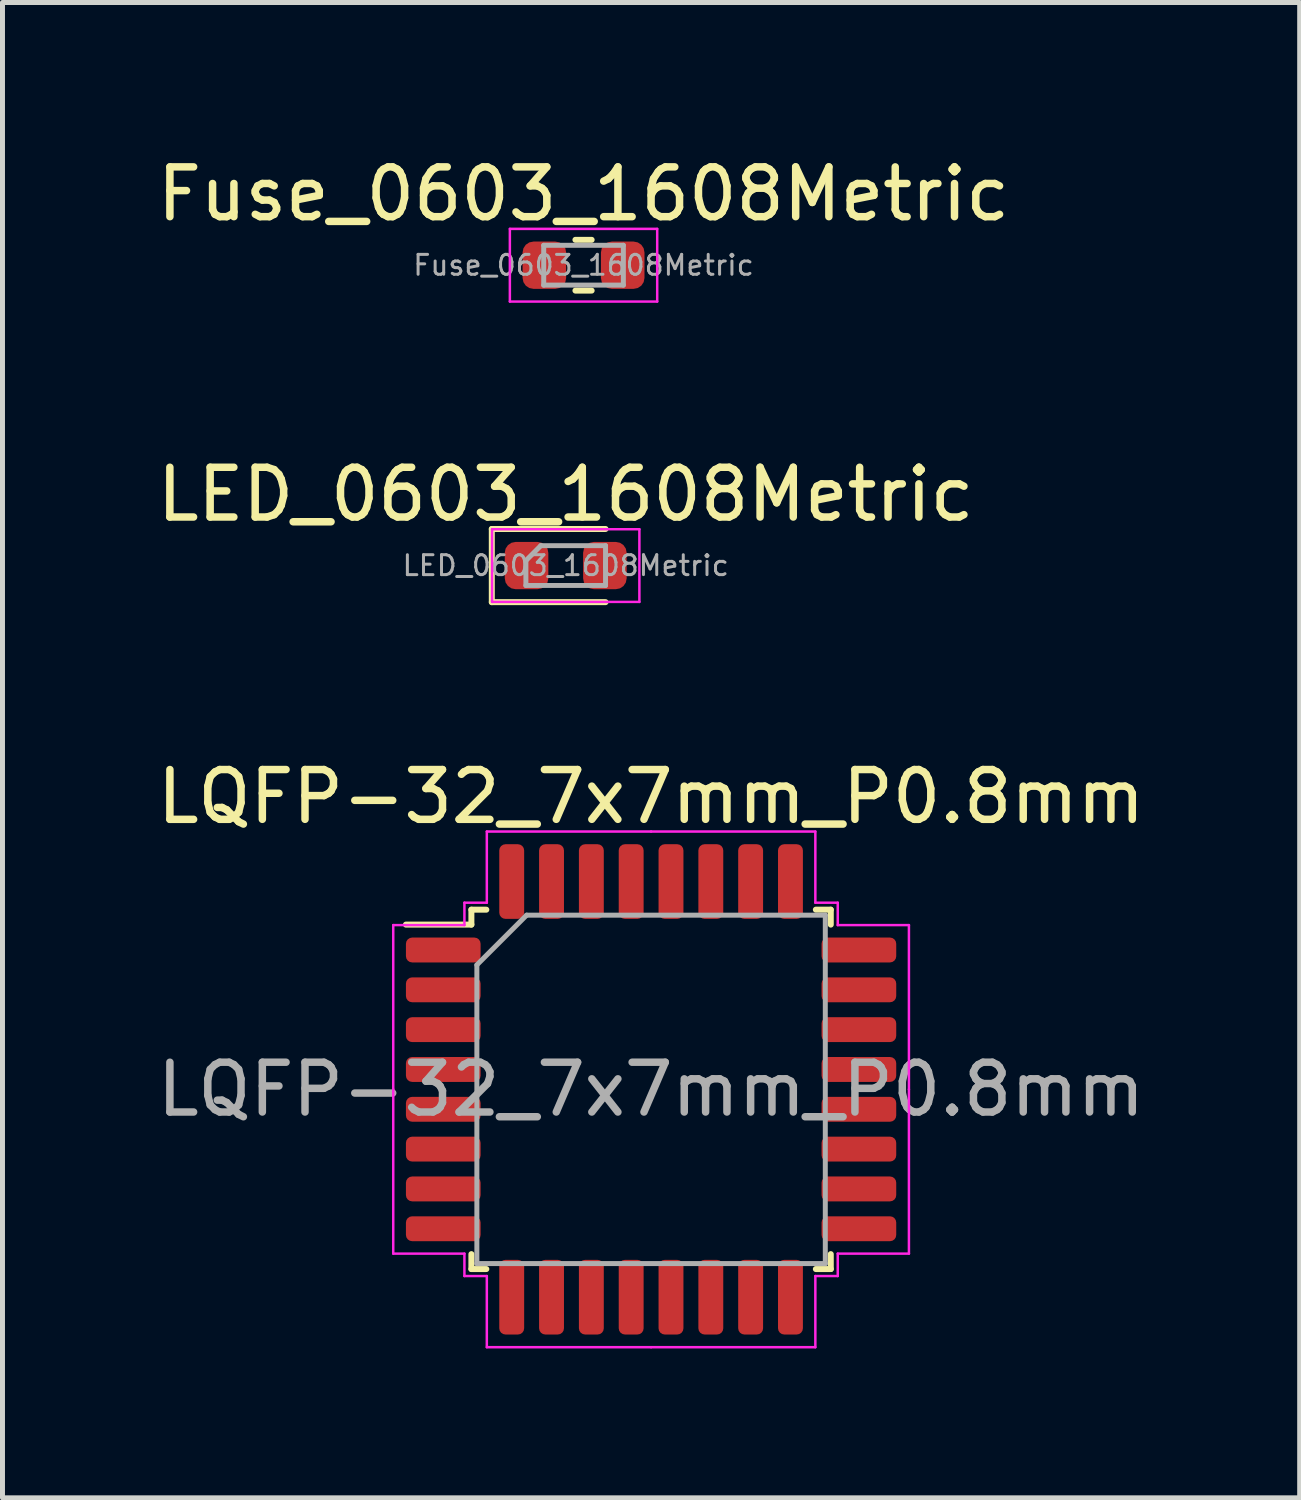
<source format=kicad_pcb>
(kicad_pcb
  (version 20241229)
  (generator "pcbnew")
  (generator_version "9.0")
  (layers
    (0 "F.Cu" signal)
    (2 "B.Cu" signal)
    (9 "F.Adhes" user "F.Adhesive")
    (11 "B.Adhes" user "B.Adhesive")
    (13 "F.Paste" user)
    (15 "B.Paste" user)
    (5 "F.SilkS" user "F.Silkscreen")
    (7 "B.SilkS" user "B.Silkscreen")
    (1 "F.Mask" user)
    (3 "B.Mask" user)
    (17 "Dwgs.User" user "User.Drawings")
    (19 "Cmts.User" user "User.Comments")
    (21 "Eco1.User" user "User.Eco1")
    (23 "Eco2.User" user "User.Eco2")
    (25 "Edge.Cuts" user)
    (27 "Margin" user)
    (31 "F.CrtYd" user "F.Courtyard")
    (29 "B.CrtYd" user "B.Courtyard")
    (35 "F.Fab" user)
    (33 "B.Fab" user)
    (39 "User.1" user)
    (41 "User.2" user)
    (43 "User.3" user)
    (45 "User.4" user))
  (footprint "LED_0603_1608Metric"
    (layer "F.Cu")
    (at 8.315 8.312)
    (property "Reference" "LED_0603_1608Metric" (at 0 -1.43 0) (layer "F.SilkS") (effects (font (size 1 1) (thickness 0.15))))
    (attr smd)
    (fp_line (start -1.485 -0.735) (end -1.485 0.735) (stroke (width 0.12) (type solid)) (layer "F.SilkS"))
    (fp_line (start -1.485 0.735) (end 0.8 0.735) (stroke (width 0.12) (type solid)) (layer "F.SilkS"))
    (fp_line (start 0.8 -0.735) (end -1.485 -0.735) (stroke (width 0.12) (type solid)) (layer "F.SilkS"))
    (fp_line (start -1.48 -0.73) (end 1.48 -0.73) (stroke (width 0.05) (type solid)) (layer "F.CrtYd"))
    (fp_line (start -1.48 0.73) (end -1.48 -0.73) (stroke (width 0.05) (type solid)) (layer "F.CrtYd"))
    (fp_line (start 1.48 -0.73) (end 1.48 0.73) (stroke (width 0.05) (type solid)) (layer "F.CrtYd"))
    (fp_line (start 1.48 0.73) (end -1.48 0.73) (stroke (width 0.05) (type solid)) (layer "F.CrtYd"))
    (fp_line (start -0.8 -0.1) (end -0.8 0.4) (stroke (width 0.1) (type solid)) (layer "F.Fab"))
    (fp_line (start -0.8 0.4) (end 0.8 0.4) (stroke (width 0.1) (type solid)) (layer "F.Fab"))
    (fp_line (start -0.5 -0.4) (end -0.8 -0.1) (stroke (width 0.1) (type solid)) (layer "F.Fab"))
    (fp_line (start 0.8 -0.4) (end -0.5 -0.4) (stroke (width 0.1) (type solid)) (layer "F.Fab"))
    (fp_line (start 0.8 0.4) (end 0.8 -0.4) (stroke (width 0.1) (type solid)) (layer "F.Fab"))
    (fp_text user "${REFERENCE}" (at 0 0 0) (layer "F.Fab") (effects (font (size 0.4 0.4) (thickness 0.06))))
    (pad "1" smd roundrect (at -0.787 0) (size 0.875 0.95) (layers "F.Cu" "F.Mask" "F.Paste") (roundrect_rratio 0.25))
    (pad "2" smd roundrect (at 0.787 0) (size 0.875 0.95) (layers "F.Cu" "F.Mask" "F.Paste") (roundrect_rratio 0.25)))
  (footprint "Fuse_0603_1608Metric"
    (layer "F.Cu")
    (at 8.673 2.278)
    (property "Reference" "Fuse_0603_1608Metric" (at 0 -1.43 0) (layer "F.SilkS") (effects (font (size 1 1) (thickness 0.15))))
    (attr smd)
    (fp_line (start -0.163 -0.51) (end 0.163 -0.51) (stroke (width 0.12) (type solid)) (layer "F.SilkS"))
    (fp_line (start -0.163 0.51) (end 0.163 0.51) (stroke (width 0.12) (type solid)) (layer "F.SilkS"))
    (fp_line (start -1.48 -0.73) (end 1.48 -0.73) (stroke (width 0.05) (type solid)) (layer "F.CrtYd"))
    (fp_line (start -1.48 0.73) (end -1.48 -0.73) (stroke (width 0.05) (type solid)) (layer "F.CrtYd"))
    (fp_line (start 1.48 -0.73) (end 1.48 0.73) (stroke (width 0.05) (type solid)) (layer "F.CrtYd"))
    (fp_line (start 1.48 0.73) (end -1.48 0.73) (stroke (width 0.05) (type solid)) (layer "F.CrtYd"))
    (fp_line (start -0.8 -0.4) (end 0.8 -0.4) (stroke (width 0.1) (type solid)) (layer "F.Fab"))
    (fp_line (start -0.8 0.4) (end -0.8 -0.4) (stroke (width 0.1) (type solid)) (layer "F.Fab"))
    (fp_line (start 0.8 -0.4) (end 0.8 0.4) (stroke (width 0.1) (type solid)) (layer "F.Fab"))
    (fp_line (start 0.8 0.4) (end -0.8 0.4) (stroke (width 0.1) (type solid)) (layer "F.Fab"))
    (fp_text user "${REFERENCE}" (at 0 0 0) (layer "F.Fab") (effects (font (size 0.4 0.4) (thickness 0.06))))
    (pad "1" smd roundrect (at -0.787 0) (size 0.875 0.95) (layers "F.Cu" "F.Mask" "F.Paste") (roundrect_rratio 0.25))
    (pad "2" smd roundrect (at 0.787 0) (size 0.875 0.95) (layers "F.Cu" "F.Mask" "F.Paste") (roundrect_rratio 0.25)))
  (footprint "LQFP-32_7x7mm_P0.8mm"
    (layer "F.Cu")
    (at 10.03 18.835)
    (property "Reference" "LQFP-32_7x7mm_P0.8mm" (at 0 -5.88 0) (layer "F.SilkS") (effects (font (size 1 1) (thickness 0.15))))
    (attr smd)
    (fp_line (start -3.61 -3.61) (end -3.61 -3.31) (stroke (width 0.12) (type solid)) (layer "F.SilkS"))
    (fp_line (start -3.61 -3.31) (end -4.925 -3.31) (stroke (width 0.12) (type solid)) (layer "F.SilkS"))
    (fp_line (start -3.61 3.61) (end -3.61 3.31) (stroke (width 0.12) (type solid)) (layer "F.SilkS"))
    (fp_line (start -3.31 -3.61) (end -3.61 -3.61) (stroke (width 0.12) (type solid)) (layer "F.SilkS"))
    (fp_line (start -3.31 3.61) (end -3.61 3.61) (stroke (width 0.12) (type solid)) (layer "F.SilkS"))
    (fp_line (start 3.31 -3.61) (end 3.61 -3.61) (stroke (width 0.12) (type solid)) (layer "F.SilkS"))
    (fp_line (start 3.31 3.61) (end 3.61 3.61) (stroke (width 0.12) (type solid)) (layer "F.SilkS"))
    (fp_line (start 3.61 -3.61) (end 3.61 -3.31) (stroke (width 0.12) (type solid)) (layer "F.SilkS"))
    (fp_line (start 3.61 3.61) (end 3.61 3.31) (stroke (width 0.12) (type solid)) (layer "F.SilkS"))
    (fp_line (start -5.18 -3.3) (end -5.18 0) (stroke (width 0.05) (type solid)) (layer "F.CrtYd"))
    (fp_line (start -5.18 3.3) (end -5.18 0) (stroke (width 0.05) (type solid)) (layer "F.CrtYd"))
    (fp_line (start -3.75 -3.75) (end -3.75 -3.3) (stroke (width 0.05) (type solid)) (layer "F.CrtYd"))
    (fp_line (start -3.75 -3.3) (end -5.18 -3.3) (stroke (width 0.05) (type solid)) (layer "F.CrtYd"))
    (fp_line (start -3.75 3.3) (end -5.18 3.3) (stroke (width 0.05) (type solid)) (layer "F.CrtYd"))
    (fp_line (start -3.75 3.75) (end -3.75 3.3) (stroke (width 0.05) (type solid)) (layer "F.CrtYd"))
    (fp_line (start -3.3 -5.18) (end -3.3 -3.75) (stroke (width 0.05) (type solid)) (layer "F.CrtYd"))
    (fp_line (start -3.3 -3.75) (end -3.75 -3.75) (stroke (width 0.05) (type solid)) (layer "F.CrtYd"))
    (fp_line (start -3.3 3.75) (end -3.75 3.75) (stroke (width 0.05) (type solid)) (layer "F.CrtYd"))
    (fp_line (start -3.3 5.18) (end -3.3 3.75) (stroke (width 0.05) (type solid)) (layer "F.CrtYd"))
    (fp_line (start 0 -5.18) (end -3.3 -5.18) (stroke (width 0.05) (type solid)) (layer "F.CrtYd"))
    (fp_line (start 0 -5.18) (end 3.3 -5.18) (stroke (width 0.05) (type solid)) (layer "F.CrtYd"))
    (fp_line (start 0 5.18) (end -3.3 5.18) (stroke (width 0.05) (type solid)) (layer "F.CrtYd"))
    (fp_line (start 0 5.18) (end 3.3 5.18) (stroke (width 0.05) (type solid)) (layer "F.CrtYd"))
    (fp_line (start 3.3 -5.18) (end 3.3 -3.75) (stroke (width 0.05) (type solid)) (layer "F.CrtYd"))
    (fp_line (start 3.3 -3.75) (end 3.75 -3.75) (stroke (width 0.05) (type solid)) (layer "F.CrtYd"))
    (fp_line (start 3.3 3.75) (end 3.75 3.75) (stroke (width 0.05) (type solid)) (layer "F.CrtYd"))
    (fp_line (start 3.3 5.18) (end 3.3 3.75) (stroke (width 0.05) (type solid)) (layer "F.CrtYd"))
    (fp_line (start 3.75 -3.75) (end 3.75 -3.3) (stroke (width 0.05) (type solid)) (layer "F.CrtYd"))
    (fp_line (start 3.75 -3.3) (end 5.18 -3.3) (stroke (width 0.05) (type solid)) (layer "F.CrtYd"))
    (fp_line (start 3.75 3.3) (end 5.18 3.3) (stroke (width 0.05) (type solid)) (layer "F.CrtYd"))
    (fp_line (start 3.75 3.75) (end 3.75 3.3) (stroke (width 0.05) (type solid)) (layer "F.CrtYd"))
    (fp_line (start 5.18 -3.3) (end 5.18 0) (stroke (width 0.05) (type solid)) (layer "F.CrtYd"))
    (fp_line (start 5.18 3.3) (end 5.18 0) (stroke (width 0.05) (type solid)) (layer "F.CrtYd"))
    (fp_line (start -3.5 -2.5) (end -2.5 -3.5) (stroke (width 0.1) (type solid)) (layer "F.Fab"))
    (fp_line (start -3.5 3.5) (end -3.5 -2.5) (stroke (width 0.1) (type solid)) (layer "F.Fab"))
    (fp_line (start -2.5 -3.5) (end 3.5 -3.5) (stroke (width 0.1) (type solid)) (layer "F.Fab"))
    (fp_line (start 3.5 -3.5) (end 3.5 3.5) (stroke (width 0.1) (type solid)) (layer "F.Fab"))
    (fp_line (start 3.5 3.5) (end -3.5 3.5) (stroke (width 0.1) (type solid)) (layer "F.Fab"))
    (fp_text user "${REFERENCE}" (at 0 0 0) (layer "F.Fab") (effects (font (size 1 1) (thickness 0.15))))
    (pad "1" smd roundrect (at -4.175 -2.8) (size 1.5 0.5) (layers "F.Cu" "F.Mask" "F.Paste") (roundrect_rratio 0.25))
    (pad "2" smd roundrect (at -4.175 -2) (size 1.5 0.5) (layers "F.Cu" "F.Mask" "F.Paste") (roundrect_rratio 0.25))
    (pad "3" smd roundrect (at -4.175 -1.2) (size 1.5 0.5) (layers "F.Cu" "F.Mask" "F.Paste") (roundrect_rratio 0.25))
    (pad "4" smd roundrect (at -4.175 -0.4) (size 1.5 0.5) (layers "F.Cu" "F.Mask" "F.Paste") (roundrect_rratio 0.25))
    (pad "5" smd roundrect (at -4.175 0.4) (size 1.5 0.5) (layers "F.Cu" "F.Mask" "F.Paste") (roundrect_rratio 0.25))
    (pad "6" smd roundrect (at -4.175 1.2) (size 1.5 0.5) (layers "F.Cu" "F.Mask" "F.Paste") (roundrect_rratio 0.25))
    (pad "7" smd roundrect (at -4.175 2) (size 1.5 0.5) (layers "F.Cu" "F.Mask" "F.Paste") (roundrect_rratio 0.25))
    (pad "8" smd roundrect (at -4.175 2.8) (size 1.5 0.5) (layers "F.Cu" "F.Mask" "F.Paste") (roundrect_rratio 0.25))
    (pad "9" smd roundrect (at -2.8 4.175) (size 0.5 1.5) (layers "F.Cu" "F.Mask" "F.Paste") (roundrect_rratio 0.25))
    (pad "10" smd roundrect (at -2 4.175) (size 0.5 1.5) (layers "F.Cu" "F.Mask" "F.Paste") (roundrect_rratio 0.25))
    (pad "11" smd roundrect (at -1.2 4.175) (size 0.5 1.5) (layers "F.Cu" "F.Mask" "F.Paste") (roundrect_rratio 0.25))
    (pad "12" smd roundrect (at -0.4 4.175) (size 0.5 1.5) (layers "F.Cu" "F.Mask" "F.Paste") (roundrect_rratio 0.25))
    (pad "13" smd roundrect (at 0.4 4.175) (size 0.5 1.5) (layers "F.Cu" "F.Mask" "F.Paste") (roundrect_rratio 0.25))
    (pad "14" smd roundrect (at 1.2 4.175) (size 0.5 1.5) (layers "F.Cu" "F.Mask" "F.Paste") (roundrect_rratio 0.25))
    (pad "15" smd roundrect (at 2 4.175) (size 0.5 1.5) (layers "F.Cu" "F.Mask" "F.Paste") (roundrect_rratio 0.25))
    (pad "16" smd roundrect (at 2.8 4.175) (size 0.5 1.5) (layers "F.Cu" "F.Mask" "F.Paste") (roundrect_rratio 0.25))
    (pad "17" smd roundrect (at 4.175 2.8) (size 1.5 0.5) (layers "F.Cu" "F.Mask" "F.Paste") (roundrect_rratio 0.25))
    (pad "18" smd roundrect (at 4.175 2) (size 1.5 0.5) (layers "F.Cu" "F.Mask" "F.Paste") (roundrect_rratio 0.25))
    (pad "19" smd roundrect (at 4.175 1.2) (size 1.5 0.5) (layers "F.Cu" "F.Mask" "F.Paste") (roundrect_rratio 0.25))
    (pad "20" smd roundrect (at 4.175 0.4) (size 1.5 0.5) (layers "F.Cu" "F.Mask" "F.Paste") (roundrect_rratio 0.25))
    (pad "21" smd roundrect (at 4.175 -0.4) (size 1.5 0.5) (layers "F.Cu" "F.Mask" "F.Paste") (roundrect_rratio 0.25))
    (pad "22" smd roundrect (at 4.175 -1.2) (size 1.5 0.5) (layers "F.Cu" "F.Mask" "F.Paste") (roundrect_rratio 0.25))
    (pad "23" smd roundrect (at 4.175 -2) (size 1.5 0.5) (layers "F.Cu" "F.Mask" "F.Paste") (roundrect_rratio 0.25))
    (pad "24" smd roundrect (at 4.175 -2.8) (size 1.5 0.5) (layers "F.Cu" "F.Mask" "F.Paste") (roundrect_rratio 0.25))
    (pad "25" smd roundrect (at 2.8 -4.175) (size 0.5 1.5) (layers "F.Cu" "F.Mask" "F.Paste") (roundrect_rratio 0.25))
    (pad "26" smd roundrect (at 2 -4.175) (size 0.5 1.5) (layers "F.Cu" "F.Mask" "F.Paste") (roundrect_rratio 0.25))
    (pad "27" smd roundrect (at 1.2 -4.175) (size 0.5 1.5) (layers "F.Cu" "F.Mask" "F.Paste") (roundrect_rratio 0.25))
    (pad "28" smd roundrect (at 0.4 -4.175) (size 0.5 1.5) (layers "F.Cu" "F.Mask" "F.Paste") (roundrect_rratio 0.25))
    (pad "29" smd roundrect (at -0.4 -4.175) (size 0.5 1.5) (layers "F.Cu" "F.Mask" "F.Paste") (roundrect_rratio 0.25))
    (pad "30" smd roundrect (at -1.2 -4.175) (size 0.5 1.5) (layers "F.Cu" "F.Mask" "F.Paste") (roundrect_rratio 0.25))
    (pad "31" smd roundrect (at -2 -4.175) (size 0.5 1.5) (layers "F.Cu" "F.Mask" "F.Paste") (roundrect_rratio 0.25))
    (pad "32" smd roundrect (at -2.8 -4.175) (size 0.5 1.5) (layers "F.Cu" "F.Mask" "F.Paste") (roundrect_rratio 0.25)))
  (gr_rect
    (start -3 -3)
    (end 23.06 27.04)
    (stroke (width 0.1) (type default))
    (fill no)
    (layer "Edge.Cuts")))
</source>
